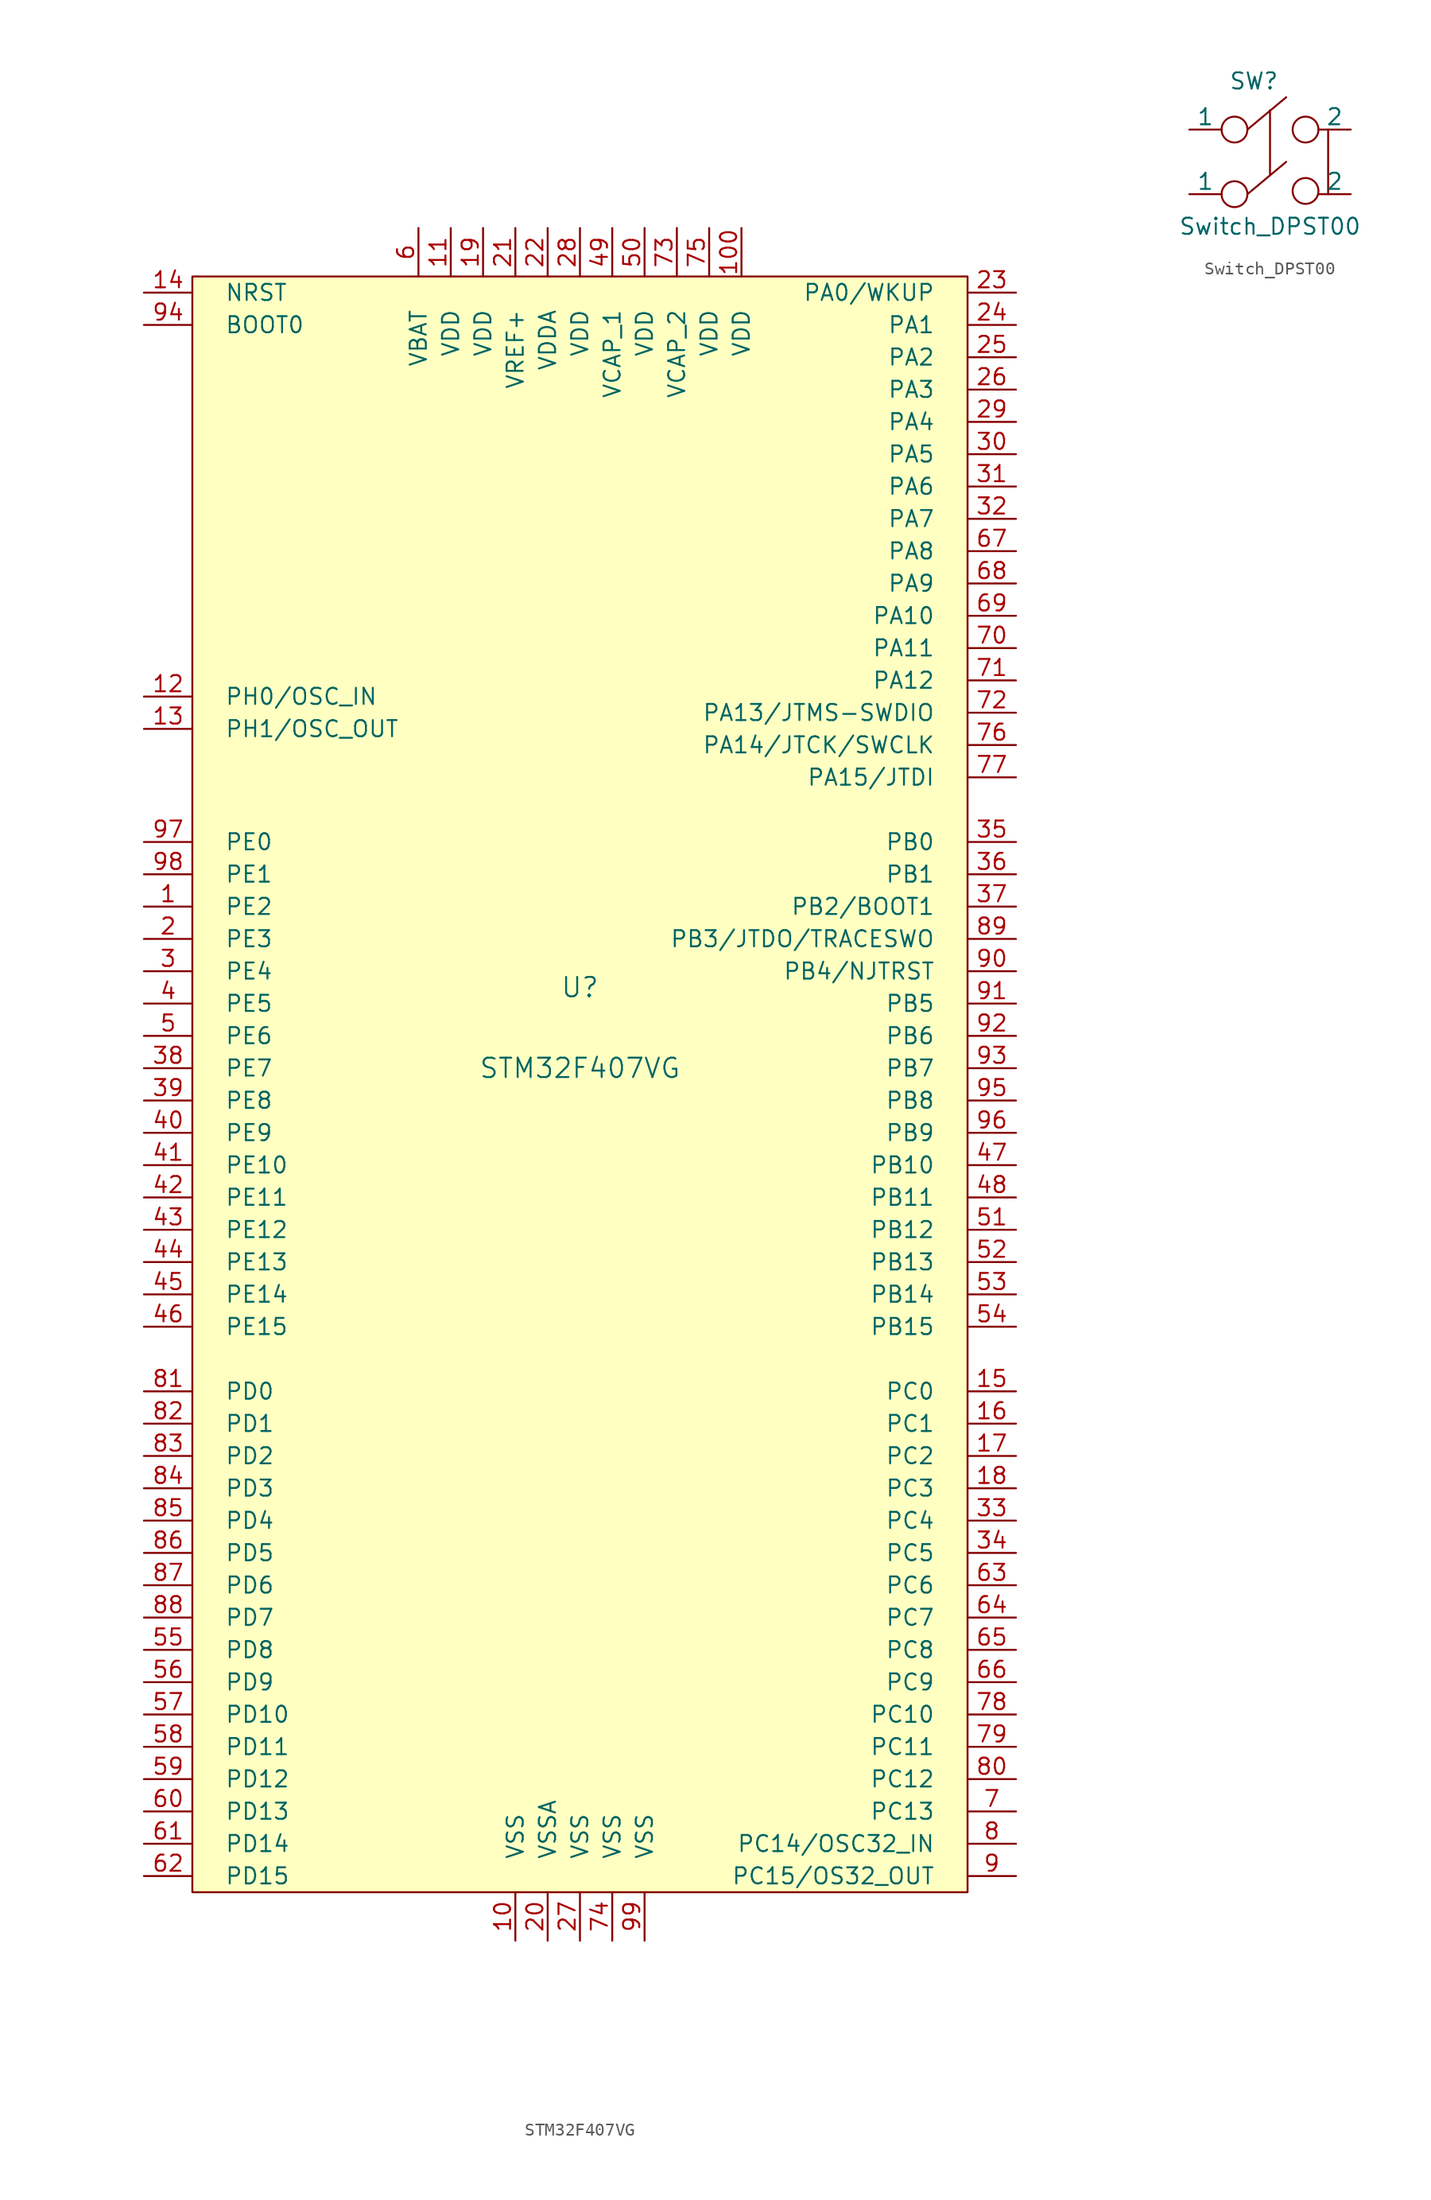
<source format=kicad_sym>
(kicad_symbol_lib
  (version 20211014)
  (generator kicad_symbol_editor)
  (symbol "STM32F407VG"
    (pin_names
      (offset 2.54))
    (property "Reference" "U"
      (at 0 0 0)
      (effects (font (size 1.524 1.524))))
    (property "Value" "STM32F407VG"
      (at 0 -6.35 0)
      (effects (font (size 1.524 1.524))))
    (property "Footprint" ""
      (at 0 -6.35 0)
      (effects (font (size 1.524 1.524))))
    (property "Datasheet" ""
      (at 0 -6.35 0)
      (effects (font (size 1.524 1.524))))
    (symbol "STM32F407VG_0_1"
      (rectangle (start -30.48 55.88) (end 30.48 -71.12) (stroke (width 0) (type default) (color 0 0 0 0)) (fill (type background))))
    (symbol "STM32F407VG_1_1"
      (pin bidirectional line (at -34.29 6.35 0) (length 3.81) (name "PE2" (effects (font (size 1.27 1.27)))) (number "1" (effects (font (size 1.27 1.27)))))
      (pin power_in line (at -5.08 -74.93 90) (length 3.81) (name "VSS" (effects (font (size 1.27 1.27)))) (number "10" (effects (font (size 1.27 1.27)))))
      (pin power_in line (at 12.7 59.69 270) (length 3.81) (name "VDD" (effects (font (size 1.27 1.27)))) (number "100" (effects (font (size 1.27 1.27)))))
      (pin power_in line (at -10.16 59.69 270) (length 3.81) (name "VDD" (effects (font (size 1.27 1.27)))) (number "11" (effects (font (size 1.27 1.27)))))
      (pin bidirectional line (at -34.29 22.86 0) (length 3.81) (name "PH0/OSC_IN" (effects (font (size 1.27 1.27)))) (number "12" (effects (font (size 1.27 1.27)))))
      (pin bidirectional line (at -34.29 20.32 0) (length 3.81) (name "PH1/OSC_OUT" (effects (font (size 1.27 1.27)))) (number "13" (effects (font (size 1.27 1.27)))))
      (pin bidirectional line (at -34.29 54.61 0) (length 3.81) (name "NRST" (effects (font (size 1.27 1.27)))) (number "14" (effects (font (size 1.27 1.27)))))
      (pin bidirectional line (at 34.29 -31.75 180) (length 3.81) (name "PC0" (effects (font (size 1.27 1.27)))) (number "15" (effects (font (size 1.27 1.27)))))
      (pin bidirectional line (at 34.29 -34.29 180) (length 3.81) (name "PC1" (effects (font (size 1.27 1.27)))) (number "16" (effects (font (size 1.27 1.27)))))
      (pin bidirectional line (at 34.29 -36.83 180) (length 3.81) (name "PC2" (effects (font (size 1.27 1.27)))) (number "17" (effects (font (size 1.27 1.27)))))
      (pin bidirectional line (at 34.29 -39.37 180) (length 3.81) (name "PC3" (effects (font (size 1.27 1.27)))) (number "18" (effects (font (size 1.27 1.27)))))
      (pin power_in line (at -7.62 59.69 270) (length 3.81) (name "VDD" (effects (font (size 1.27 1.27)))) (number "19" (effects (font (size 1.27 1.27)))))
      (pin bidirectional line (at -34.29 3.81 0) (length 3.81) (name "PE3" (effects (font (size 1.27 1.27)))) (number "2" (effects (font (size 1.27 1.27)))))
      (pin power_in line (at -2.54 -74.93 90) (length 3.81) (name "VSSA" (effects (font (size 1.27 1.27)))) (number "20" (effects (font (size 1.27 1.27)))))
      (pin power_in line (at -5.08 59.69 270) (length 3.81) (name "VREF+" (effects (font (size 1.27 1.27)))) (number "21" (effects (font (size 1.27 1.27)))))
      (pin power_in line (at -2.54 59.69 270) (length 3.81) (name "VDDA" (effects (font (size 1.27 1.27)))) (number "22" (effects (font (size 1.27 1.27)))))
      (pin bidirectional line (at 34.29 54.61 180) (length 3.81) (name "PA0/WKUP" (effects (font (size 1.27 1.27)))) (number "23" (effects (font (size 1.27 1.27)))))
      (pin bidirectional line (at 34.29 52.07 180) (length 3.81) (name "PA1" (effects (font (size 1.27 1.27)))) (number "24" (effects (font (size 1.27 1.27)))))
      (pin bidirectional line (at 34.29 49.53 180) (length 3.81) (name "PA2" (effects (font (size 1.27 1.27)))) (number "25" (effects (font (size 1.27 1.27)))))
      (pin bidirectional line (at 34.29 46.99 180) (length 3.81) (name "PA3" (effects (font (size 1.27 1.27)))) (number "26" (effects (font (size 1.27 1.27)))))
      (pin power_in line (at 0 -74.93 90) (length 3.81) (name "VSS" (effects (font (size 1.27 1.27)))) (number "27" (effects (font (size 1.27 1.27)))))
      (pin power_in line (at 0 59.69 270) (length 3.81) (name "VDD" (effects (font (size 1.27 1.27)))) (number "28" (effects (font (size 1.27 1.27)))))
      (pin bidirectional line (at 34.29 44.45 180) (length 3.81) (name "PA4" (effects (font (size 1.27 1.27)))) (number "29" (effects (font (size 1.27 1.27)))))
      (pin bidirectional line (at -34.29 1.27 0) (length 3.81) (name "PE4" (effects (font (size 1.27 1.27)))) (number "3" (effects (font (size 1.27 1.27)))))
      (pin bidirectional line (at 34.29 41.91 180) (length 3.81) (name "PA5" (effects (font (size 1.27 1.27)))) (number "30" (effects (font (size 1.27 1.27)))))
      (pin bidirectional line (at 34.29 39.37 180) (length 3.81) (name "PA6" (effects (font (size 1.27 1.27)))) (number "31" (effects (font (size 1.27 1.27)))))
      (pin bidirectional line (at 34.29 36.83 180) (length 3.81) (name "PA7" (effects (font (size 1.27 1.27)))) (number "32" (effects (font (size 1.27 1.27)))))
      (pin bidirectional line (at 34.29 -41.91 180) (length 3.81) (name "PC4" (effects (font (size 1.27 1.27)))) (number "33" (effects (font (size 1.27 1.27)))))
      (pin bidirectional line (at 34.29 -44.45 180) (length 3.81) (name "PC5" (effects (font (size 1.27 1.27)))) (number "34" (effects (font (size 1.27 1.27)))))
      (pin bidirectional line (at 34.29 11.43 180) (length 3.81) (name "PB0" (effects (font (size 1.27 1.27)))) (number "35" (effects (font (size 1.27 1.27)))))
      (pin bidirectional line (at 34.29 8.89 180) (length 3.81) (name "PB1" (effects (font (size 1.27 1.27)))) (number "36" (effects (font (size 1.27 1.27)))))
      (pin bidirectional line (at 34.29 6.35 180) (length 3.81) (name "PB2/BOOT1" (effects (font (size 1.27 1.27)))) (number "37" (effects (font (size 1.27 1.27)))))
      (pin bidirectional line (at -34.29 -6.35 0) (length 3.81) (name "PE7" (effects (font (size 1.27 1.27)))) (number "38" (effects (font (size 1.27 1.27)))))
      (pin bidirectional line (at -34.29 -8.89 0) (length 3.81) (name "PE8" (effects (font (size 1.27 1.27)))) (number "39" (effects (font (size 1.27 1.27)))))
      (pin bidirectional line (at -34.29 -1.27 0) (length 3.81) (name "PE5" (effects (font (size 1.27 1.27)))) (number "4" (effects (font (size 1.27 1.27)))))
      (pin bidirectional line (at -34.29 -11.43 0) (length 3.81) (name "PE9" (effects (font (size 1.27 1.27)))) (number "40" (effects (font (size 1.27 1.27)))))
      (pin bidirectional line (at -34.29 -13.97 0) (length 3.81) (name "PE10" (effects (font (size 1.27 1.27)))) (number "41" (effects (font (size 1.27 1.27)))))
      (pin bidirectional line (at -34.29 -16.51 0) (length 3.81) (name "PE11" (effects (font (size 1.27 1.27)))) (number "42" (effects (font (size 1.27 1.27)))))
      (pin bidirectional line (at -34.29 -19.05 0) (length 3.81) (name "PE12" (effects (font (size 1.27 1.27)))) (number "43" (effects (font (size 1.27 1.27)))))
      (pin bidirectional line (at -34.29 -21.59 0) (length 3.81) (name "PE13" (effects (font (size 1.27 1.27)))) (number "44" (effects (font (size 1.27 1.27)))))
      (pin bidirectional line (at -34.29 -24.13 0) (length 3.81) (name "PE14" (effects (font (size 1.27 1.27)))) (number "45" (effects (font (size 1.27 1.27)))))
      (pin bidirectional line (at -34.29 -26.67 0) (length 3.81) (name "PE15" (effects (font (size 1.27 1.27)))) (number "46" (effects (font (size 1.27 1.27)))))
      (pin bidirectional line (at 34.29 -13.97 180) (length 3.81) (name "PB10" (effects (font (size 1.27 1.27)))) (number "47" (effects (font (size 1.27 1.27)))))
      (pin bidirectional line (at 34.29 -16.51 180) (length 3.81) (name "PB11" (effects (font (size 1.27 1.27)))) (number "48" (effects (font (size 1.27 1.27)))))
      (pin passive line (at 2.54 59.69 270) (length 3.81) (name "VCAP_1" (effects (font (size 1.27 1.27)))) (number "49" (effects (font (size 1.27 1.27)))))
      (pin bidirectional line (at -34.29 -3.81 0) (length 3.81) (name "PE6" (effects (font (size 1.27 1.27)))) (number "5" (effects (font (size 1.27 1.27)))))
      (pin power_in line (at 5.08 59.69 270) (length 3.81) (name "VDD" (effects (font (size 1.27 1.27)))) (number "50" (effects (font (size 1.27 1.27)))))
      (pin bidirectional line (at 34.29 -19.05 180) (length 3.81) (name "PB12" (effects (font (size 1.27 1.27)))) (number "51" (effects (font (size 1.27 1.27)))))
      (pin bidirectional line (at 34.29 -21.59 180) (length 3.81) (name "PB13" (effects (font (size 1.27 1.27)))) (number "52" (effects (font (size 1.27 1.27)))))
      (pin bidirectional line (at 34.29 -24.13 180) (length 3.81) (name "PB14" (effects (font (size 1.27 1.27)))) (number "53" (effects (font (size 1.27 1.27)))))
      (pin bidirectional line (at 34.29 -26.67 180) (length 3.81) (name "PB15" (effects (font (size 1.27 1.27)))) (number "54" (effects (font (size 1.27 1.27)))))
      (pin bidirectional line (at -34.29 -52.07 0) (length 3.81) (name "PD8" (effects (font (size 1.27 1.27)))) (number "55" (effects (font (size 1.27 1.27)))))
      (pin bidirectional line (at -34.29 -54.61 0) (length 3.81) (name "PD9" (effects (font (size 1.27 1.27)))) (number "56" (effects (font (size 1.27 1.27)))))
      (pin bidirectional line (at -34.29 -57.15 0) (length 3.81) (name "PD10" (effects (font (size 1.27 1.27)))) (number "57" (effects (font (size 1.27 1.27)))))
      (pin bidirectional line (at -34.29 -59.69 0) (length 3.81) (name "PD11" (effects (font (size 1.27 1.27)))) (number "58" (effects (font (size 1.27 1.27)))))
      (pin bidirectional line (at -34.29 -62.23 0) (length 3.81) (name "PD12" (effects (font (size 1.27 1.27)))) (number "59" (effects (font (size 1.27 1.27)))))
      (pin power_in line (at -12.7 59.69 270) (length 3.81) (name "VBAT" (effects (font (size 1.27 1.27)))) (number "6" (effects (font (size 1.27 1.27)))))
      (pin bidirectional line (at -34.29 -64.77 0) (length 3.81) (name "PD13" (effects (font (size 1.27 1.27)))) (number "60" (effects (font (size 1.27 1.27)))))
      (pin bidirectional line (at -34.29 -67.31 0) (length 3.81) (name "PD14" (effects (font (size 1.27 1.27)))) (number "61" (effects (font (size 1.27 1.27)))))
      (pin bidirectional line (at -34.29 -69.85 0) (length 3.81) (name "PD15" (effects (font (size 1.27 1.27)))) (number "62" (effects (font (size 1.27 1.27)))))
      (pin bidirectional line (at 34.29 -46.99 180) (length 3.81) (name "PC6" (effects (font (size 1.27 1.27)))) (number "63" (effects (font (size 1.27 1.27)))))
      (pin bidirectional line (at 34.29 -49.53 180) (length 3.81) (name "PC7" (effects (font (size 1.27 1.27)))) (number "64" (effects (font (size 1.27 1.27)))))
      (pin bidirectional line (at 34.29 -52.07 180) (length 3.81) (name "PC8" (effects (font (size 1.27 1.27)))) (number "65" (effects (font (size 1.27 1.27)))))
      (pin bidirectional line (at 34.29 -54.61 180) (length 3.81) (name "PC9" (effects (font (size 1.27 1.27)))) (number "66" (effects (font (size 1.27 1.27)))))
      (pin bidirectional line (at 34.29 34.29 180) (length 3.81) (name "PA8" (effects (font (size 1.27 1.27)))) (number "67" (effects (font (size 1.27 1.27)))))
      (pin bidirectional line (at 34.29 31.75 180) (length 3.81) (name "PA9" (effects (font (size 1.27 1.27)))) (number "68" (effects (font (size 1.27 1.27)))))
      (pin bidirectional line (at 34.29 29.21 180) (length 3.81) (name "PA10" (effects (font (size 1.27 1.27)))) (number "69" (effects (font (size 1.27 1.27)))))
      (pin bidirectional line (at 34.29 -64.77 180) (length 3.81) (name "PC13" (effects (font (size 1.27 1.27)))) (number "7" (effects (font (size 1.27 1.27)))))
      (pin bidirectional line (at 34.29 26.67 180) (length 3.81) (name "PA11" (effects (font (size 1.27 1.27)))) (number "70" (effects (font (size 1.27 1.27)))))
      (pin bidirectional line (at 34.29 24.13 180) (length 3.81) (name "PA12" (effects (font (size 1.27 1.27)))) (number "71" (effects (font (size 1.27 1.27)))))
      (pin bidirectional line (at 34.29 21.59 180) (length 3.81) (name "PA13/JTMS-SWDIO" (effects (font (size 1.27 1.27)))) (number "72" (effects (font (size 1.27 1.27)))))
      (pin passive line (at 7.62 59.69 270) (length 3.81) (name "VCAP_2" (effects (font (size 1.27 1.27)))) (number "73" (effects (font (size 1.27 1.27)))))
      (pin power_in line (at 2.54 -74.93 90) (length 3.81) (name "VSS" (effects (font (size 1.27 1.27)))) (number "74" (effects (font (size 1.27 1.27)))))
      (pin power_in line (at 10.16 59.69 270) (length 3.81) (name "VDD" (effects (font (size 1.27 1.27)))) (number "75" (effects (font (size 1.27 1.27)))))
      (pin bidirectional line (at 34.29 19.05 180) (length 3.81) (name "PA14/JTCK/SWCLK" (effects (font (size 1.27 1.27)))) (number "76" (effects (font (size 1.27 1.27)))))
      (pin bidirectional line (at 34.29 16.51 180) (length 3.81) (name "PA15/JTDI" (effects (font (size 1.27 1.27)))) (number "77" (effects (font (size 1.27 1.27)))))
      (pin bidirectional line (at 34.29 -57.15 180) (length 3.81) (name "PC10" (effects (font (size 1.27 1.27)))) (number "78" (effects (font (size 1.27 1.27)))))
      (pin bidirectional line (at 34.29 -59.69 180) (length 3.81) (name "PC11" (effects (font (size 1.27 1.27)))) (number "79" (effects (font (size 1.27 1.27)))))
      (pin bidirectional line (at 34.29 -67.31 180) (length 3.81) (name "PC14/OSC32_IN" (effects (font (size 1.27 1.27)))) (number "8" (effects (font (size 1.27 1.27)))))
      (pin bidirectional line (at 34.29 -62.23 180) (length 3.81) (name "PC12" (effects (font (size 1.27 1.27)))) (number "80" (effects (font (size 1.27 1.27)))))
      (pin bidirectional line (at -34.29 -31.75 0) (length 3.81) (name "PD0" (effects (font (size 1.27 1.27)))) (number "81" (effects (font (size 1.27 1.27)))))
      (pin bidirectional line (at -34.29 -34.29 0) (length 3.81) (name "PD1" (effects (font (size 1.27 1.27)))) (number "82" (effects (font (size 1.27 1.27)))))
      (pin bidirectional line (at -34.29 -36.83 0) (length 3.81) (name "PD2" (effects (font (size 1.27 1.27)))) (number "83" (effects (font (size 1.27 1.27)))))
      (pin bidirectional line (at -34.29 -39.37 0) (length 3.81) (name "PD3" (effects (font (size 1.27 1.27)))) (number "84" (effects (font (size 1.27 1.27)))))
      (pin bidirectional line (at -34.29 -41.91 0) (length 3.81) (name "PD4" (effects (font (size 1.27 1.27)))) (number "85" (effects (font (size 1.27 1.27)))))
      (pin bidirectional line (at -34.29 -44.45 0) (length 3.81) (name "PD5" (effects (font (size 1.27 1.27)))) (number "86" (effects (font (size 1.27 1.27)))))
      (pin bidirectional line (at -34.29 -46.99 0) (length 3.81) (name "PD6" (effects (font (size 1.27 1.27)))) (number "87" (effects (font (size 1.27 1.27)))))
      (pin bidirectional line (at -34.29 -49.53 0) (length 3.81) (name "PD7" (effects (font (size 1.27 1.27)))) (number "88" (effects (font (size 1.27 1.27)))))
      (pin bidirectional line (at 34.29 3.81 180) (length 3.81) (name "PB3/JTDO/TRACESWO" (effects (font (size 1.27 1.27)))) (number "89" (effects (font (size 1.27 1.27)))))
      (pin bidirectional line (at 34.29 -69.85 180) (length 3.81) (name "PC15/OS32_OUT" (effects (font (size 1.27 1.27)))) (number "9" (effects (font (size 1.27 1.27)))))
      (pin bidirectional line (at 34.29 1.27 180) (length 3.81) (name "PB4/NJTRST" (effects (font (size 1.27 1.27)))) (number "90" (effects (font (size 1.27 1.27)))))
      (pin bidirectional line (at 34.29 -1.27 180) (length 3.81) (name "PB5" (effects (font (size 1.27 1.27)))) (number "91" (effects (font (size 1.27 1.27)))))
      (pin bidirectional line (at 34.29 -3.81 180) (length 3.81) (name "PB6" (effects (font (size 1.27 1.27)))) (number "92" (effects (font (size 1.27 1.27)))))
      (pin bidirectional line (at 34.29 -6.35 180) (length 3.81) (name "PB7" (effects (font (size 1.27 1.27)))) (number "93" (effects (font (size 1.27 1.27)))))
      (pin bidirectional line (at -34.29 52.07 0) (length 3.81) (name "BOOT0" (effects (font (size 1.27 1.27)))) (number "94" (effects (font (size 1.27 1.27)))))
      (pin bidirectional line (at 34.29 -8.89 180) (length 3.81) (name "PB8" (effects (font (size 1.27 1.27)))) (number "95" (effects (font (size 1.27 1.27)))))
      (pin bidirectional line (at 34.29 -11.43 180) (length 3.81) (name "PB9" (effects (font (size 1.27 1.27)))) (number "96" (effects (font (size 1.27 1.27)))))
      (pin bidirectional line (at -34.29 11.43 0) (length 3.81) (name "PE0" (effects (font (size 1.27 1.27)))) (number "97" (effects (font (size 1.27 1.27)))))
      (pin bidirectional line (at -34.29 8.89 0) (length 3.81) (name "PE1" (effects (font (size 1.27 1.27)))) (number "98" (effects (font (size 1.27 1.27)))))
      (pin power_in line (at 5.08 -74.93 90) (length 3.81) (name "VSS" (effects (font (size 1.27 1.27)))) (number "99" (effects (font (size 1.27 1.27)))))))
  (symbol "Switch_DPST00"
    (pin_numbers hide)
    (pin_names
      (offset 0))
    (property "Reference" "SW"
      (at -2.54 6.35 0)
      (effects (font (size 1.27 1.27))))
    (property "Value" "Switch_DPST00"
      (at -1.27 -5.08 0)
      (effects (font (size 1.27 1.27))))
    (property "Footprint" ""
      (at 0 0 0)
      (effects (font (size 1.27 1.27))))
    (property "Datasheet" ""
      (at 0 0 0)
      (effects (font (size 1.27 1.27))))
    (symbol "Switch_DPST00_0_0"
      (circle (center -4.064 -2.54) (radius 1.016) (stroke (width 0) (type default) (color 0 0 0 0)) (fill (type none)))
      (circle (center -4.064 2.54) (radius 1.016) (stroke (width 0) (type default) (color 0 0 0 0)) (fill (type none)))
      (polyline (pts (xy -3.048 -2.54) (xy 0 0)) (stroke (width 0) (type default) (color 0 0 0 0)) (fill (type none)))
      (polyline (pts (xy -3.048 2.54) (xy 0 5.08)) (stroke (width 0) (type default) (color 0 0 0 0)) (fill (type none)))
      (polyline (pts (xy -1.27 4.064) (xy -1.27 -1.016)) (stroke (width 0) (type default) (color 0 0 0 0)) (fill (type none)))
      (circle (center 1.524 -2.286) (radius 1.016) (stroke (width 0) (type default) (color 0 0 0 0)) (fill (type none)))
      (circle (center 1.524 2.54) (radius 1.016) (stroke (width 0) (type default) (color 0 0 0 0)) (fill (type none))))
    (symbol "Switch_DPST00_0_1"
      (polyline (pts (xy 3.302 2.54) (xy 3.302 -2.54)) (stroke (width 0) (type default) (color 0 0 0 0)) (fill (type none))))
    (symbol "Switch_DPST00_1_1"
      (pin passive line (at -7.62 -2.54 0) (length 2.54) (name "1" (effects (font (size 1.27 1.27)))) (number "1" (effects (font (size 1.27 1.27)))))
      (pin passive line (at -7.62 2.54 0) (length 2.54) (name "1" (effects (font (size 1.27 1.27)))) (number "1" (effects (font (size 1.27 1.27)))))
      (pin passive line (at 5.08 -2.54 180) (length 2.54) (name "2" (effects (font (size 1.27 1.27)))) (number "2" (effects (font (size 1.27 1.27)))))
      (pin passive line (at 5.08 2.54 180) (length 2.54) (name "2" (effects (font (size 1.27 1.27)))) (number "2" (effects (font (size 1.27 1.27))))))))
</source>
